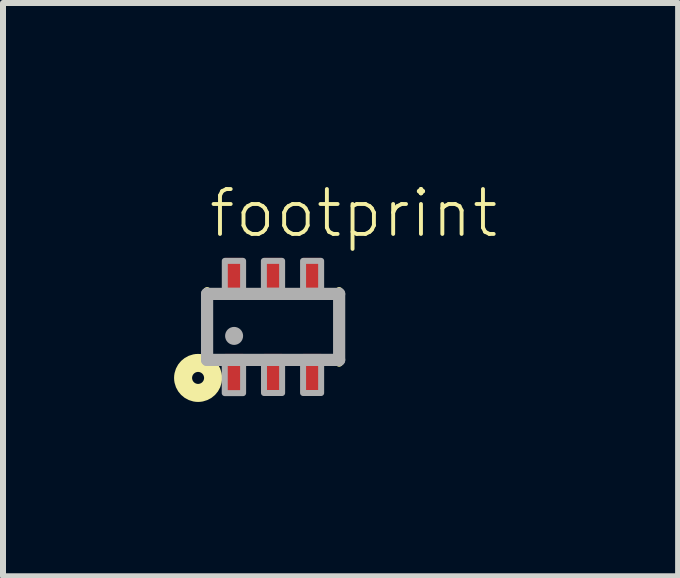
<source format=kicad_pcb>
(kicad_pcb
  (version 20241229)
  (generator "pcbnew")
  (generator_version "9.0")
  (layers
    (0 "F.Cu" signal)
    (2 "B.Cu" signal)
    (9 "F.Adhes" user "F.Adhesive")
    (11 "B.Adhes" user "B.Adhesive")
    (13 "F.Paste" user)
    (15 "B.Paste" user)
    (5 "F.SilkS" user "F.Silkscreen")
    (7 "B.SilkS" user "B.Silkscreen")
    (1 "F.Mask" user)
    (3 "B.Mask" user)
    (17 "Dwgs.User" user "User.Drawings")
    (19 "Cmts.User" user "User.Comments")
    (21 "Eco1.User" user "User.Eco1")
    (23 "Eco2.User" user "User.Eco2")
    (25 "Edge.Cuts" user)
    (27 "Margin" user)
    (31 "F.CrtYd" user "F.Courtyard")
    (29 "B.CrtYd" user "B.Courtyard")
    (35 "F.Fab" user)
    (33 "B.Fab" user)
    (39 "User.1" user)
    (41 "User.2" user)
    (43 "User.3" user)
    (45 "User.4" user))
  (footprint "footprint"
    (layer "F.Cu")
    (at 1.5 2.396)
    (property "Reference" "footprint" (at -1.106 -1.454 0) (layer "F.SilkS") (effects (font (size 0.748 0.748) (thickness 0.065)) (justify left bottom)))
    (fp_line (start -1.1 -0.6) (end -1.1 0.6) (stroke (width 0.127) (type solid)) (layer "F.SilkS"))
    (fp_line (start 1.1 -0.6) (end 1.1 0.6) (stroke (width 0.127) (type solid)) (layer "F.SilkS"))
    (fp_circle (center -1.25 0.85) (end -1.15 0.85) (stroke (width 0.3) (type solid)) (fill no) (layer "F.SilkS"))
    (fp_line (start -1.1 -0.55) (end -1.1 0.55) (stroke (width 0.203) (type solid)) (layer "F.Fab"))
    (fp_line (start -1.1 -0.55) (end 1.1 -0.55) (stroke (width 0.203) (type solid)) (layer "F.Fab"))
    (fp_line (start 1.1 -0.55) (end 1.1 0.55) (stroke (width 0.203) (type solid)) (layer "F.Fab"))
    (fp_line (start 1.1 0.55) (end -1.1 0.55) (stroke (width 0.203) (type solid)) (layer "F.Fab"))
    (fp_circle (center -0.65 0.15) (end -0.575 0.15) (stroke (width 0.15) (type solid)) (fill no) (layer "F.Fab"))
    (fp_poly (pts (xy -0.806 1.103) (xy -0.5 1.103) (xy -0.5 0.6) (xy -0.806 0.6)) (stroke (width 0.1) (type solid)) (fill no) (layer "F.Fab"))
    (fp_poly (pts (xy -0.805 -0.601) (xy -0.5 -0.601) (xy -0.5 -1.1) (xy -0.805 -1.1)) (stroke (width 0.1) (type solid)) (fill no) (layer "F.Fab"))
    (fp_poly (pts (xy -0.154 -0.602) (xy 0.15 -0.602) (xy 0.15 -1.1) (xy -0.154 -1.1)) (stroke (width 0.1) (type solid)) (fill no) (layer "F.Fab"))
    (fp_poly (pts (xy -0.152 1.101) (xy 0.15 1.101) (xy 0.15 0.6) (xy -0.152 0.6)) (stroke (width 0.1) (type solid)) (fill no) (layer "F.Fab"))
    (fp_poly (pts (xy 0.499 -0.601) (xy 0.8 -0.601) (xy 0.8 -1.1) (xy 0.499 -1.1)) (stroke (width 0.1) (type solid)) (fill no) (layer "F.Fab"))
    (fp_poly (pts (xy 0.499 1.101) (xy 0.8 1.101) (xy 0.8 0.6) (xy 0.499 0.6)) (stroke (width 0.1) (type solid)) (fill no) (layer "F.Fab"))
    (pad "1" smd rect (at -0.65 0.8) (size 0.3 0.7) (layers "F.Cu" "F.Mask" "F.Paste"))
    (pad "2" smd rect (at 0 0.8) (size 0.3 0.7) (layers "F.Cu" "F.Mask" "F.Paste"))
    (pad "3" smd rect (at 0.65 0.8) (size 0.3 0.7) (layers "F.Cu" "F.Mask" "F.Paste"))
    (pad "4" smd rect (at 0.65 -0.8) (size 0.3 0.7) (layers "F.Cu" "F.Mask" "F.Paste"))
    (pad "5" smd rect (at 0 -0.8) (size 0.3 0.7) (layers "F.Cu" "F.Mask" "F.Paste"))
    (pad "6" smd rect (at -0.65 -0.8) (size 0.3 0.7) (layers "F.Cu" "F.Mask" "F.Paste")))
  (gr_rect
    (start -3 -3)
    (end 8.247 6.55)
    (stroke (width 0.1) (type default))
    (fill no)
    (layer "Edge.Cuts")))
</source>
